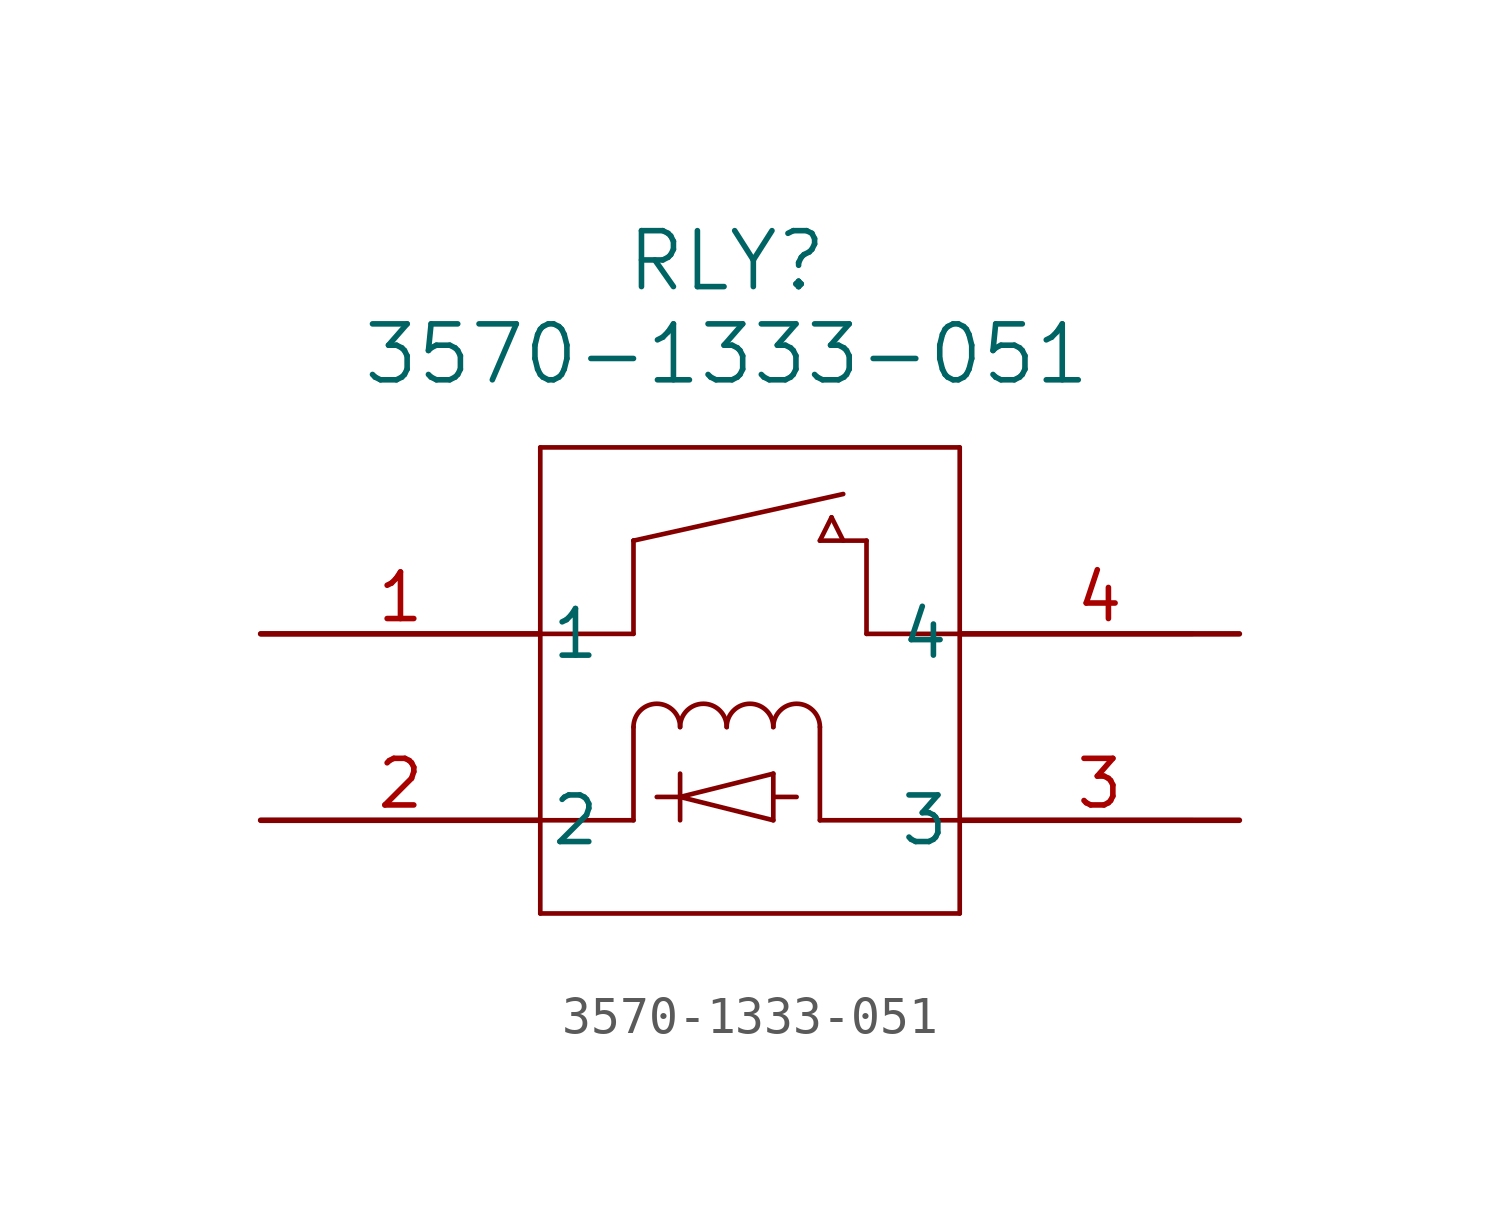
<source format=kicad_sym>
(kicad_symbol_lib
  (version 20241209)
  (generator "kicad_symbol_editor")
  (generator_version "9.0")
  (symbol "3570-1333-051"
    (pin_names
      (offset 0.254))
    (property "Reference" "RLY"
      (at 20.32 10.16 0)
      (effects (font (size 1.524 1.524))))
    (property "Value" "3570-1333-051"
      (at 20.32 7.62 0)
      (effects (font (size 1.524 1.524))))
    (property "ki_locked" ""
      (at 0 0 0)
      (effects (font (size 1.27 1.27))))
    (symbol "3570-1333-051_0_1"
      (polyline (pts (xy 7.62 0) (xy 17.78 0)) (stroke (width 0.127) (type default)) (fill (type none)))
      (polyline (pts (xy 7.62 -5.08) (xy 17.78 -5.08)) (stroke (width 0.127) (type default)) (fill (type none)))
      (polyline (pts (xy 15.24 5.08) (xy 15.24 -7.62)) (stroke (width 0.127) (type default)) (fill (type none)))
      (polyline (pts (xy 15.24 -7.62) (xy 26.67 -7.62)) (stroke (width 0.127) (type default)) (fill (type none)))
      (polyline (pts (xy 17.78 2.54) (xy 17.78 2.54)) (stroke (width 0.127) (type default)) (fill (type none)))
      (polyline (pts (xy 17.78 2.54) (xy 17.78 0)) (stroke (width 0.127) (type default)) (fill (type none)))
      (polyline (pts (xy 17.78 2.54) (xy 23.495 3.81)) (stroke (width 0.127) (type default)) (fill (type none)))
      (polyline (pts (xy 17.78 -2.54) (xy 17.78 -5.08)) (stroke (width 0.127) (type default)) (fill (type none)))
      (arc (start 17.78 -2.54) (mid 18.415 -1.9077) (end 19.05 -2.54) (stroke (width 0.127) (type default)) (fill (type none)))
      (polyline (pts (xy 18.415 -4.445) (xy 19.05 -4.445)) (stroke (width 0.127) (type default)) (fill (type none)))
      (polyline (pts (xy 19.05 -3.81) (xy 19.05 -5.08)) (stroke (width 0.127) (type default)) (fill (type none)))
      (polyline (pts (xy 19.05 -4.445) (xy 21.59 -3.81)) (stroke (width 0.127) (type default)) (fill (type none)))
      (arc (start 19.05 -2.54) (mid 19.685 -1.9077) (end 20.32 -2.54) (stroke (width 0.127) (type default)) (fill (type none)))
      (arc (start 20.32 -2.54) (mid 20.955 -1.9077) (end 21.59 -2.54) (stroke (width 0.127) (type default)) (fill (type none)))
      (polyline (pts (xy 21.59 -3.81) (xy 21.59 -5.08)) (stroke (width 0.127) (type default)) (fill (type none)))
      (polyline (pts (xy 21.59 -4.445) (xy 22.225 -4.445)) (stroke (width 0.127) (type default)) (fill (type none)))
      (polyline (pts (xy 21.59 -5.08) (xy 19.05 -4.445)) (stroke (width 0.127) (type default)) (fill (type none)))
      (arc (start 21.59 -2.54) (mid 22.225 -1.9077) (end 22.86 -2.54) (stroke (width 0.127) (type default)) (fill (type none)))
      (polyline (pts (xy 22.86 2.54) (xy 23.177 3.175)) (stroke (width 0.127) (type default)) (fill (type none)))
      (polyline (pts (xy 22.86 2.54) (xy 24.13 2.54)) (stroke (width 0.127) (type default)) (fill (type none)))
      (polyline (pts (xy 22.86 -2.54) (xy 22.86 -5.08)) (stroke (width 0.127) (type default)) (fill (type none)))
      (polyline (pts (xy 22.86 -5.08) (xy 33.02 -5.08)) (stroke (width 0.127) (type default)) (fill (type none)))
      (polyline (pts (xy 23.177 3.175) (xy 23.495 2.54)) (stroke (width 0.127) (type default)) (fill (type none)))
      (polyline (pts (xy 24.13 0) (xy 24.13 2.54)) (stroke (width 0.127) (type default)) (fill (type none)))
      (polyline (pts (xy 26.67 5.08) (xy 15.24 5.08)) (stroke (width 0.127) (type default)) (fill (type none)))
      (polyline (pts (xy 26.67 -7.62) (xy 26.67 5.08)) (stroke (width 0.127) (type default)) (fill (type none)))
      (polyline (pts (xy 33.02 0) (xy 24.13 0)) (stroke (width 0.127) (type default)) (fill (type none))))
    (symbol "3570-1333-051_1_1"
      (pin passive line (at 7.62 0 0) (length 7.62) (name "1" (effects (font (size 1.27 1.27)))) (number "1" (effects (font (size 1.27 1.27)))))
      (pin passive line (at 7.62 -5.08 0) (length 7.62) (name "2" (effects (font (size 1.27 1.27)))) (number "2" (effects (font (size 1.27 1.27)))))
      (pin passive line (at 34.29 0 180) (length 7.62) (name "4" (effects (font (size 1.27 1.27)))) (number "4" (effects (font (size 1.27 1.27)))))
      (pin passive line (at 34.29 -5.08 180) (length 7.62) (name "3" (effects (font (size 1.27 1.27)))) (number "3" (effects (font (size 1.27 1.27))))))))
</source>
